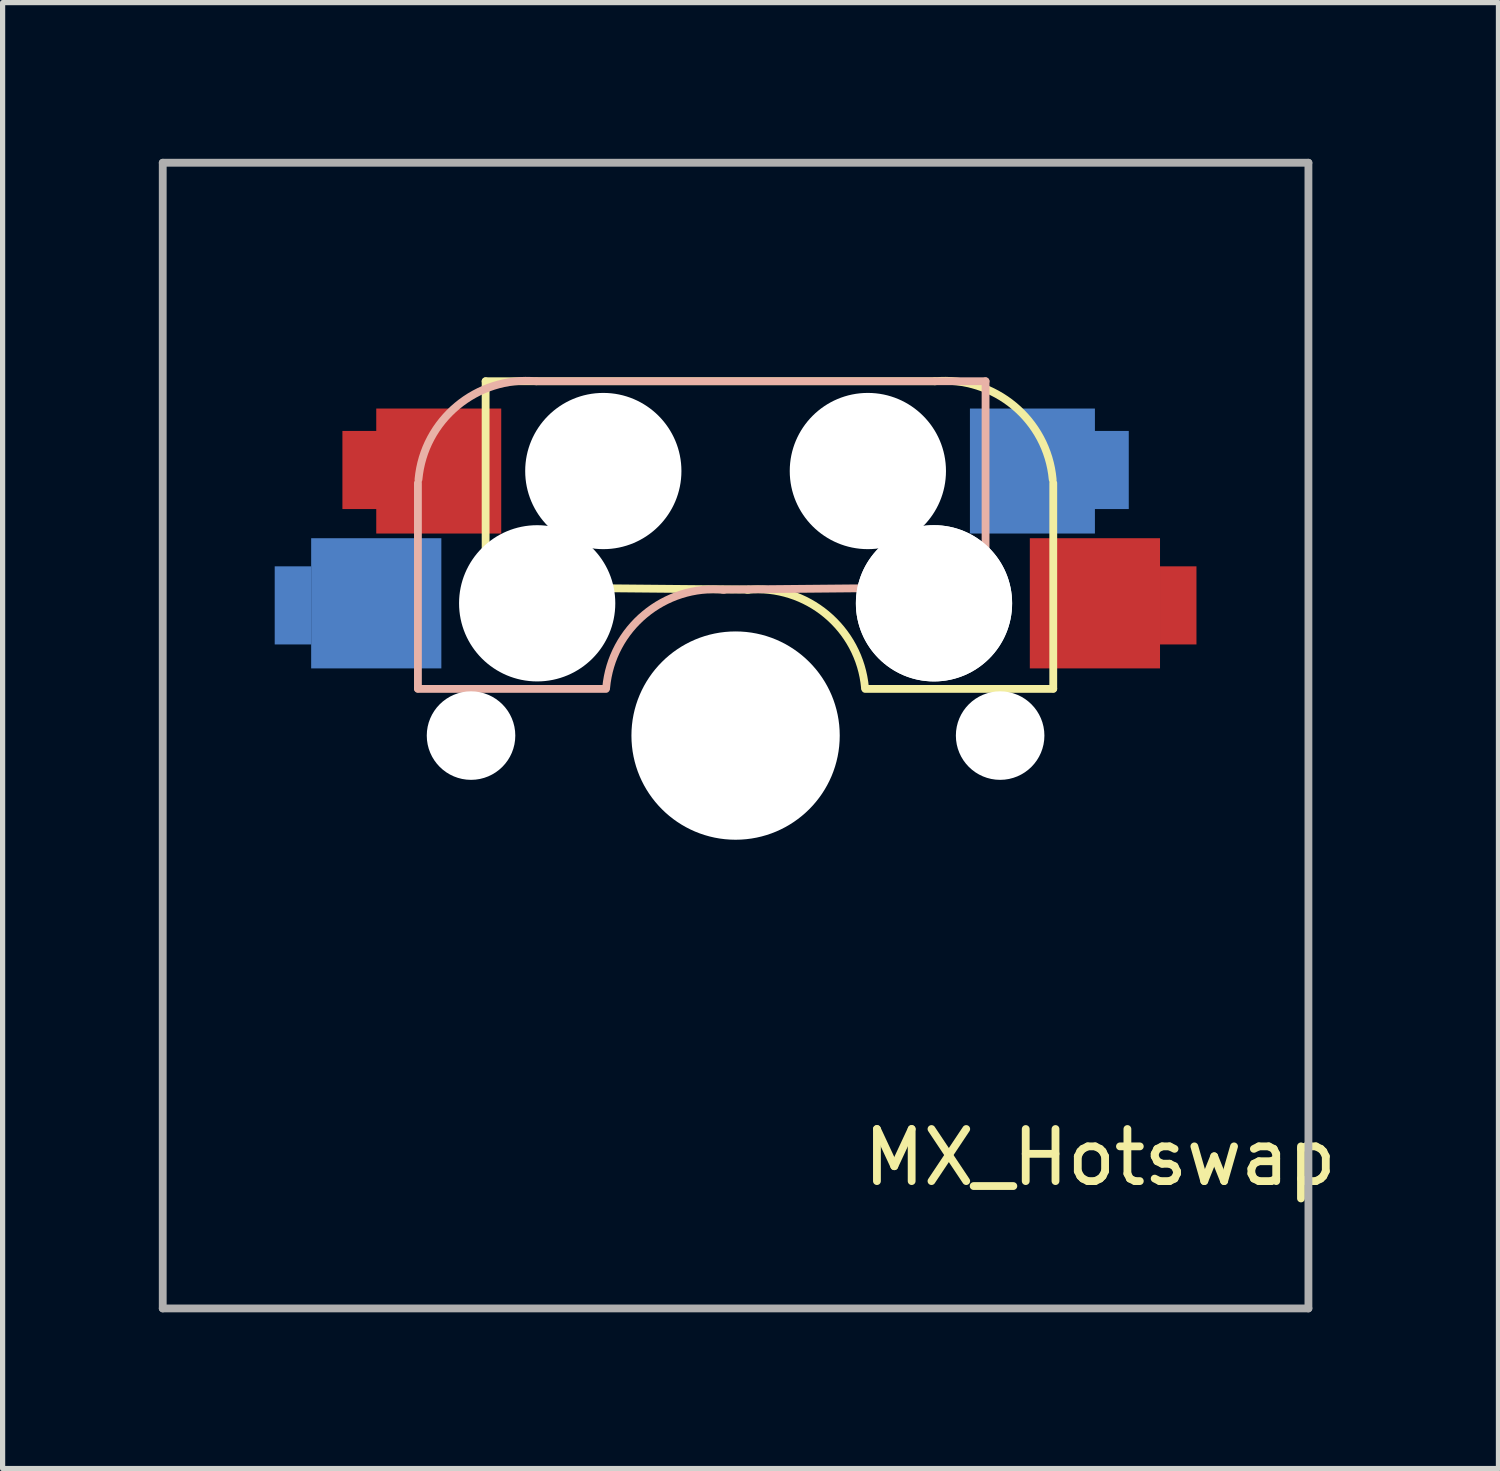
<source format=kicad_pcb>
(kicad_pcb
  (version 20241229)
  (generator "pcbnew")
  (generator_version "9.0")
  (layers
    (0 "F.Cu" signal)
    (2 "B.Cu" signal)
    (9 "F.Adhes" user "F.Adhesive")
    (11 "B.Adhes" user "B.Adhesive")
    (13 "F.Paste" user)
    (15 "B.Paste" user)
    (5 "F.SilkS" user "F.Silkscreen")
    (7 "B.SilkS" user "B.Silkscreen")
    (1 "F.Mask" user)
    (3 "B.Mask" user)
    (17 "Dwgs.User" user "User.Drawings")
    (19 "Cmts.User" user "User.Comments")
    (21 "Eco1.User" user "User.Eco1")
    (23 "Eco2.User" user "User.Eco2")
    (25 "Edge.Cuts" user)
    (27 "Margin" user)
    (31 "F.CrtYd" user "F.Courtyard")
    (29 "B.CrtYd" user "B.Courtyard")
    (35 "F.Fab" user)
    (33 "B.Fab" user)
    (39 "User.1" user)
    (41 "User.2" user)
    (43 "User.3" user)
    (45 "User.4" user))
  (footprint "MX_Hotswap"
    (layer "F.Cu")
    (at 11.075 11.075)
    (property "Reference" "MX_Hotswap" (at 7 8.1 0) (layer "F.SilkS") (effects (font (size 1 1) (thickness 0.15))))
    (attr through_hole)
    (fp_line (start -4.8 -6.804) (end 3.825 -6.804) (stroke (width 0.15) (type solid)) (layer "F.SilkS"))
    (fp_line (start -4.8 -2.896) (end -4.8 -6.804) (stroke (width 0.15) (type solid)) (layer "F.SilkS"))
    (fp_line (start -4.8 -2.85) (end 0.25 -2.804) (stroke (width 0.15) (type solid)) (layer "F.SilkS"))
    (fp_line (start 6.1 -4.85) (end 6.1 -0.905) (stroke (width 0.15) (type solid)) (layer "F.SilkS"))
    (fp_line (start 6.1 -0.896) (end 2.49 -0.896) (stroke (width 0.15) (type solid)) (layer "F.SilkS"))
    (fp_arc (start 0.225 -2.8) (mid 1.744361 -2.328062) (end 2.485001 -0.920001) (stroke (width 0.15) (type solid)) (layer "F.SilkS"))
    (fp_arc (start 3.825 -6.804) (mid 5.347189 -6.33089) (end 6.089 -4.92) (stroke (width 0.15) (type solid)) (layer "F.SilkS"))
    (fp_line (start -6.1 -4.85) (end -6.1 -0.905) (stroke (width 0.15) (type solid)) (layer "B.SilkS"))
    (fp_line (start -6.1 -0.896) (end -2.49 -0.896) (stroke (width 0.15) (type solid)) (layer "B.SilkS"))
    (fp_line (start 4.8 -6.804) (end -3.825 -6.804) (stroke (width 0.15) (type solid)) (layer "B.SilkS"))
    (fp_line (start 4.8 -2.896) (end 4.8 -6.804) (stroke (width 0.15) (type solid)) (layer "B.SilkS"))
    (fp_line (start 4.8 -2.85) (end -0.25 -2.804) (stroke (width 0.15) (type solid)) (layer "B.SilkS"))
    (fp_arc (start -6.089 -4.92) (mid -5.347189 -6.33089) (end -3.825 -6.804) (stroke (width 0.15) (type solid)) (layer "B.SilkS"))
    (fp_arc (start -2.484999 -0.920001) (mid -1.74436 -2.328062) (end -0.225 -2.8) (stroke (width 0.15) (type solid)) (layer "B.SilkS"))
    (fp_line (start -9 -9) (end 9 -9) (stroke (width 0.15) (type solid)) (layer "Eco2.User"))
    (fp_line (start -9 9) (end -9 -9) (stroke (width 0.15) (type solid)) (layer "Eco2.User"))
    (fp_line (start -7 -7) (end 7 -7) (stroke (width 0.15) (type solid)) (layer "Eco2.User"))
    (fp_line (start -7 7) (end -7 -7) (stroke (width 0.15) (type solid)) (layer "Eco2.User"))
    (fp_line (start 7 -7) (end 7 7) (stroke (width 0.15) (type solid)) (layer "Eco2.User"))
    (fp_line (start 7 7) (end -7 7) (stroke (width 0.15) (type solid)) (layer "Eco2.User"))
    (fp_line (start 9 -9) (end 9 9) (stroke (width 0.15) (type solid)) (layer "Eco2.User"))
    (fp_line (start 9 9) (end -9 9) (stroke (width 0.15) (type solid)) (layer "Eco2.User"))
    (fp_line (start -11 -11) (end -11 11) (stroke (width 0.15) (type solid)) (layer "F.Fab"))
    (fp_line (start -11 11) (end 11 11) (stroke (width 0.15) (type solid)) (layer "F.Fab"))
    (fp_line (start 11 -11) (end -11 -11) (stroke (width 0.15) (type solid)) (layer "F.Fab"))
    (fp_line (start 11 11) (end 11 -11) (stroke (width 0.15) (type solid)) (layer "F.Fab"))
    (pad "" np_thru_hole circle (at -5.08 0) (size 1.7 1.7) (drill 1.7) (layers "*.Cu" "*.Mask"))
    (pad "" np_thru_hole circle (at -3.825 -2.58 180) (size 0.1 0.1) (drill 0.1) (layers "*.Cu" "*.Mask"))
    (pad "" np_thru_hole circle (at -3.81 -2.54 180) (size 3 3) (drill 3) (layers "*.Cu" "*.Mask"))
    (pad "" np_thru_hole circle (at -2.54 -5.08 180) (size 3 3) (drill 3) (layers "*.Cu" "*.Mask"))
    (pad "" np_thru_hole circle (at 0 0 90) (size 4 4) (drill 4) (layers "*.Cu" "*.Mask"))
    (pad "" np_thru_hole circle (at 2.54 -5.08 180) (size 3 3) (drill 3) (layers "*.Cu" "*.Mask"))
    (pad "" np_thru_hole circle (at 3.81 -2.54 180) (size 3 3) (drill 3) (layers "*.Cu" "*.Mask"))
    (pad "" np_thru_hole circle (at 3.81 -2.54 180) (size 3 3) (drill 3) (layers "*.Cu" "*.Mask"))
    (pad "" np_thru_hole circle (at 3.825 -2.58 180) (size 0.1 0.1) (drill 0.1) (layers "*.Cu" "*.Mask"))
    (pad "" np_thru_hole circle (at 5.08 0) (size 1.7 1.7) (drill 1.7) (layers "*.Cu" "*.Mask"))
    (pad "1" smd rect (at -8.5 -2.5) (size 0.7 1.5) (layers "B.Cu" "B.Mask" "B.Paste"))
    (pad "1" smd rect (at -7.2 -5.1) (size 0.7 1.5) (layers "F.Cu" "F.Mask" "F.Paste"))
    (pad "1" smd rect (at -6.9 -2.54 180) (size 2.5 2.5) (layers "B.Cu" "B.Mask" "B.Paste"))
    (pad "1" smd rect (at -5.7 -5.08 180) (size 2.4 2.4) (layers "F.Cu" "F.Mask" "F.Paste"))
    (pad "2" smd rect (at 5.7 -5.08 180) (size 2.4 2.4) (layers "B.Cu" "B.Mask" "B.Paste"))
    (pad "2" smd rect (at 6.9 -2.54 180) (size 2.5 2.5) (layers "F.Cu" "F.Mask" "F.Paste"))
    (pad "2" smd rect (at 7.2 -5.1) (size 0.7 1.5) (layers "B.Cu" "B.Mask" "B.Paste"))
    (pad "2" smd rect (at 8.5 -2.5) (size 0.7 1.5) (layers "F.Cu" "F.Mask" "F.Paste")))
  (gr_rect
    (start -3 -3)
    (end 25.724 25.15)
    (stroke (width 0.1) (type default))
    (fill no)
    (layer "Edge.Cuts")))
</source>
